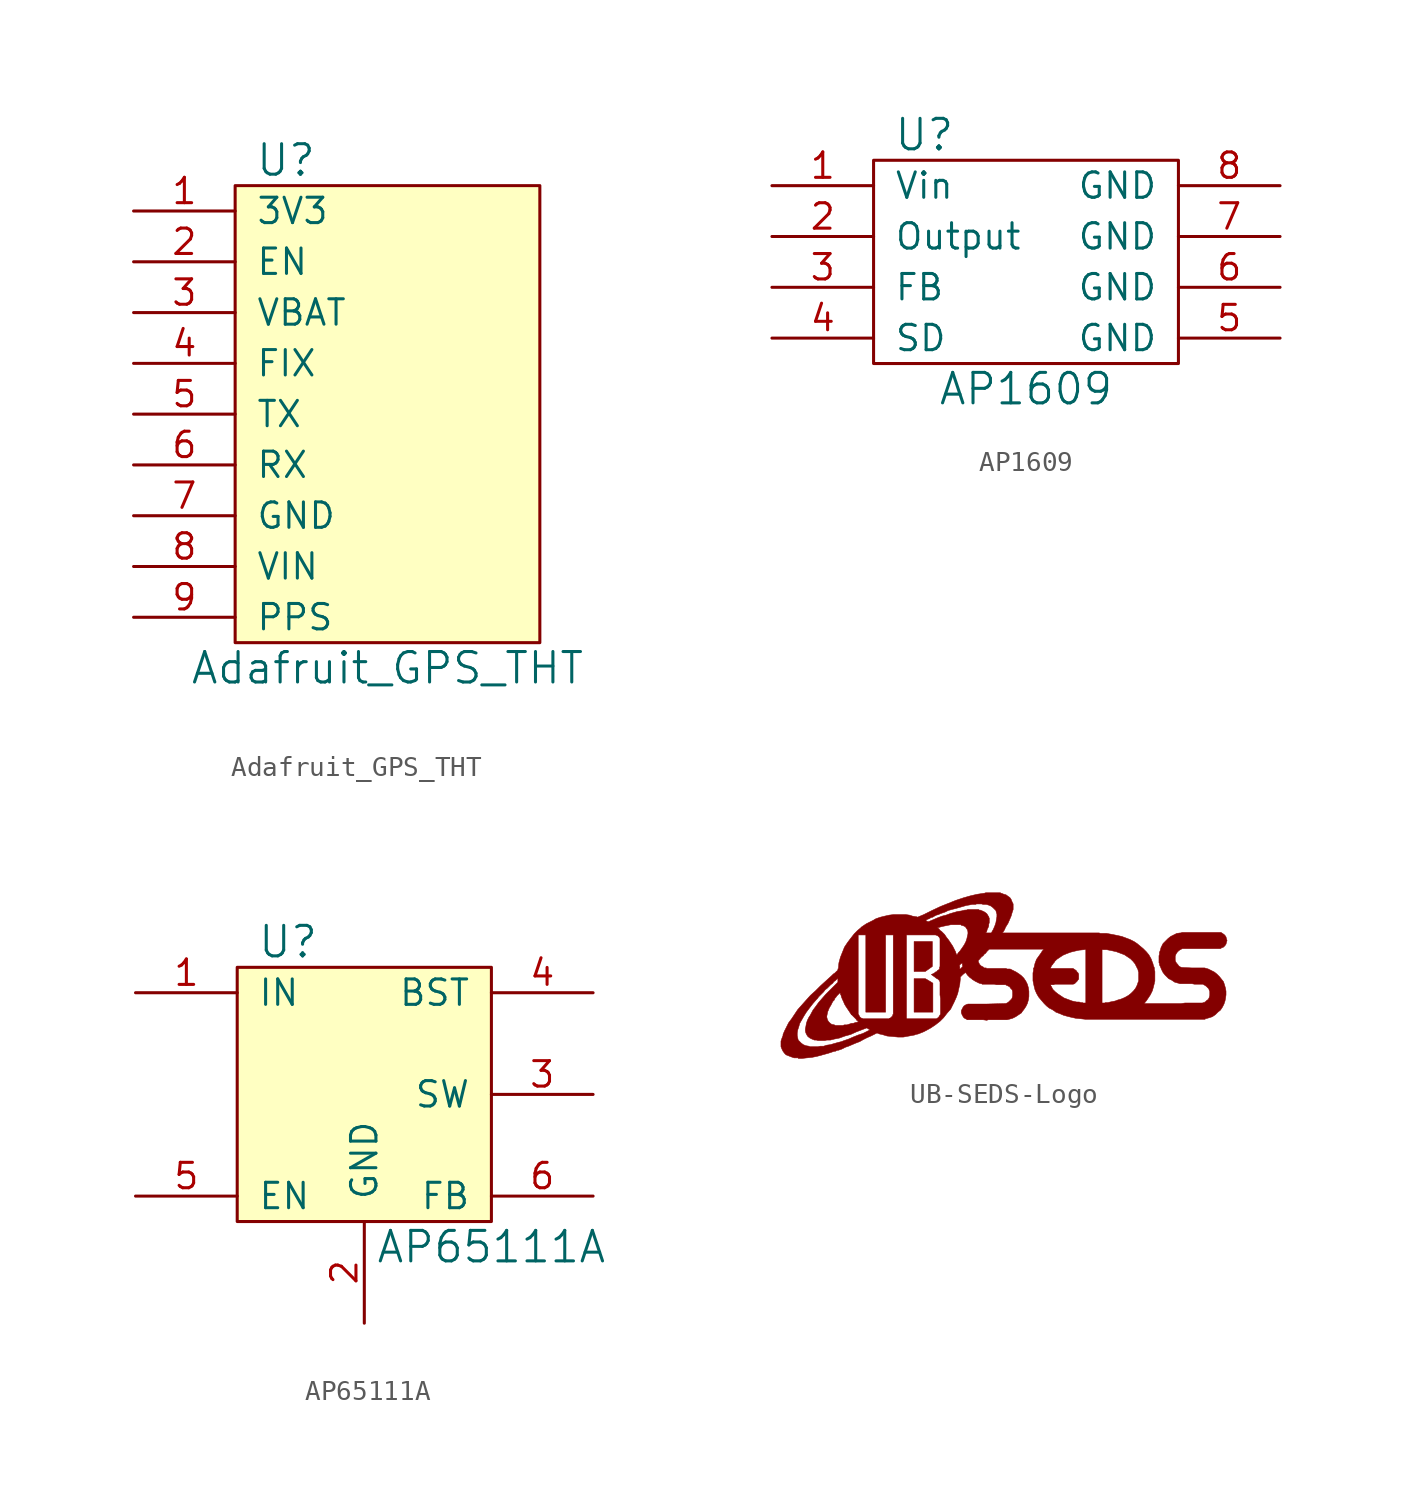
<source format=kicad_sym>
(kicad_symbol_lib
  (version 20211014)
  (generator kicad_symbol_editor)
  (symbol "Adafruit_GPS_THT"
    (pin_names
      (offset 1.016))
    (property "Reference" "U"
      (at -5.08 12.7 0)
      (effects (font (size 1.524 1.524))))
    (property "Value" "Adafruit_GPS_THT"
      (at 0 -12.7 0)
      (effects (font (size 1.524 1.524))))
    (symbol "Adafruit_GPS_THT_0_1"
      (rectangle (start -7.62 11.43) (end 7.62 -11.43) (stroke (width 0) (type default) (color 0 0 0 0)) (fill (type background))))
    (symbol "Adafruit_GPS_THT_1_1"
      (pin power_out line (at -12.7 10.16 0) (length 5.08) (name "3V3" (effects (font (size 1.27 1.27)))) (number "1" (effects (font (size 1.27 1.27)))))
      (pin input line (at -12.7 7.62 0) (length 5.08) (name "EN" (effects (font (size 1.27 1.27)))) (number "2" (effects (font (size 1.27 1.27)))))
      (pin power_in line (at -12.7 5.08 0) (length 5.08) (name "VBAT" (effects (font (size 1.27 1.27)))) (number "3" (effects (font (size 1.27 1.27)))))
      (pin output line (at -12.7 2.54 0) (length 5.08) (name "FIX" (effects (font (size 1.27 1.27)))) (number "4" (effects (font (size 1.27 1.27)))))
      (pin output line (at -12.7 0 0) (length 5.08) (name "TX" (effects (font (size 1.27 1.27)))) (number "5" (effects (font (size 1.27 1.27)))))
      (pin input line (at -12.7 -2.54 0) (length 5.08) (name "RX" (effects (font (size 1.27 1.27)))) (number "6" (effects (font (size 1.27 1.27)))))
      (pin passive line (at -12.7 -5.08 0) (length 5.08) (name "GND" (effects (font (size 1.27 1.27)))) (number "7" (effects (font (size 1.27 1.27)))))
      (pin power_in line (at -12.7 -7.62 0) (length 5.08) (name "VIN" (effects (font (size 1.27 1.27)))) (number "8" (effects (font (size 1.27 1.27)))))
      (pin output line (at -12.7 -10.16 0) (length 5.08) (name "PPS" (effects (font (size 1.27 1.27)))) (number "9" (effects (font (size 1.27 1.27)))))))
  (symbol "AP1609"
    (pin_names
      (offset 1.016))
    (property "Reference" "U"
      (at -5.08 6.35 0)
      (effects (font (size 1.524 1.524))))
    (property "Value" "AP1609"
      (at 0 -6.35 0)
      (effects (font (size 1.524 1.524))))
    (symbol "AP1609_0_1"
      (rectangle (start -7.62 5.08) (end 7.62 -5.08) (stroke (width 0) (type default) (color 0 0 0 0)) (fill (type none))))
    (symbol "AP1609_1_1"
      (pin power_in line (at -12.7 3.81 0) (length 5.08) (name "Vin" (effects (font (size 1.27 1.27)))) (number "1" (effects (font (size 1.27 1.27)))))
      (pin power_out line (at -12.7 1.27 0) (length 5.08) (name "Output" (effects (font (size 1.27 1.27)))) (number "2" (effects (font (size 1.27 1.27)))))
      (pin passive line (at -12.7 -1.27 0) (length 5.08) (name "FB" (effects (font (size 1.27 1.27)))) (number "3" (effects (font (size 1.27 1.27)))))
      (pin passive line (at -12.7 -3.81 0) (length 5.08) (name "SD" (effects (font (size 1.27 1.27)))) (number "4" (effects (font (size 1.27 1.27)))))
      (pin passive line (at 12.7 -3.81 180) (length 5.08) (name "GND" (effects (font (size 1.27 1.27)))) (number "5" (effects (font (size 1.27 1.27)))))
      (pin passive line (at 12.7 -1.27 180) (length 5.08) (name "GND" (effects (font (size 1.27 1.27)))) (number "6" (effects (font (size 1.27 1.27)))))
      (pin passive line (at 12.7 1.27 180) (length 5.08) (name "GND" (effects (font (size 1.27 1.27)))) (number "7" (effects (font (size 1.27 1.27)))))
      (pin passive line (at 12.7 3.81 180) (length 5.08) (name "GND" (effects (font (size 1.27 1.27)))) (number "8" (effects (font (size 1.27 1.27)))))))
  (symbol "AP65111A"
    (pin_names
      (offset 1.016))
    (property "Reference" "U"
      (at -3.81 7.62 0)
      (effects (font (size 1.524 1.524))))
    (property "Value" "AP65111A"
      (at 6.35 -7.62 0)
      (effects (font (size 1.524 1.524))))
    (symbol "AP65111A_0_1"
      (rectangle (start -6.35 6.35) (end 6.35 -6.35) (stroke (width 0) (type default) (color 0 0 0 0)) (fill (type background))))
    (symbol "AP65111A_1_1"
      (pin power_in line (at -11.43 5.08 0) (length 5.08) (name "IN" (effects (font (size 1.27 1.27)))) (number "1" (effects (font (size 1.27 1.27)))))
      (pin passive line (at 0 -11.43 90) (length 5.08) (name "GND" (effects (font (size 1.27 1.27)))) (number "2" (effects (font (size 1.27 1.27)))))
      (pin power_out line (at 11.43 0 180) (length 5.08) (name "SW" (effects (font (size 1.27 1.27)))) (number "3" (effects (font (size 1.27 1.27)))))
      (pin input line (at 11.43 5.08 180) (length 5.08) (name "BST" (effects (font (size 1.27 1.27)))) (number "4" (effects (font (size 1.27 1.27)))))
      (pin input line (at -11.43 -5.08 0) (length 5.08) (name "EN" (effects (font (size 1.27 1.27)))) (number "5" (effects (font (size 1.27 1.27)))))
      (pin input line (at 11.43 -5.08 180) (length 5.08) (name "FB" (effects (font (size 1.27 1.27)))) (number "6" (effects (font (size 1.27 1.27)))))))
  (symbol "UB-SEDS-Logo"
    (pin_names
      (offset 1.016))
    (property "Reference" "#G"
      (at 0 -3.48 0)
      (effects (font (size 1.524 1.524)) hide))
    (symbol "UB-SEDS-Logo_0_0"
      (polyline (pts (xy -3.607 0.432) (xy -3.607 1.676) (xy -4.521 1.676) (xy -4.521 0.178) (xy -3.962 0.178) (xy -3.607 0.432)) (stroke (width 0.025) (type default) (color 0 0 0 0)) (fill (type outline)))
      (polyline (pts (xy -3.581 -0.406) (xy -3.785 -0.279) (xy -3.962 -0.178) (xy -4.521 -0.178) (xy -4.521 -1.854) (xy -3.581 -1.854) (xy -3.581 -0.406)) (stroke (width 0.025) (type default) (color 0 0 0 0)) (fill (type outline)))
      (polyline (pts (xy -9.881 -4.14) (xy -9.627 -4.115) (xy -9.373 -4.064) (xy -8.814 -3.912) (xy -8.509 -3.81) (xy -8.458 -3.81) (xy -8.357 -3.759) (xy -8.306 -3.759) (xy -8.153 -3.708) (xy -7.95 -3.607) (xy -7.798 -3.556) (xy -7.442 -3.404) (xy -7.239 -3.327) (xy -7.061 -3.226) (xy -6.858 -3.124) (xy -6.68 -3.048) (xy -6.375 -2.896) (xy -6.248 -2.946) (xy -6.121 -2.972) (xy -5.867 -3.048) (xy -5.588 -3.073) (xy -5.334 -3.099) (xy -5.055 -3.099) (xy -4.496 -2.997) (xy -4.445 -2.972) (xy -4.318 -2.946) (xy -4.064 -2.845) (xy -3.912 -2.769) (xy -3.683 -2.642) (xy -3.454 -2.489) (xy -3.226 -2.311) (xy -3.048 -2.134) (xy -2.87 -1.905) (xy -2.692 -1.702) (xy -2.515 -1.346) (xy -2.413 -1.118) (xy -2.337 -0.914) (xy -2.235 -0.457) (xy -2.21 -0.203) (xy -2.21 -0.102) (xy -2.083 0.025) (xy -1.956 0.127) (xy -1.905 0.076) (xy -1.854 0) (xy -1.727 -0.127) (xy -1.651 -0.178) (xy -1.6 -0.229) (xy -1.549 -0.254) (xy -1.473 -0.305) (xy -1.27 -0.406) (xy -1.168 -0.432) (xy -1.143 -0.432) (xy -1.118 -0.457) (xy -0.508 -0.457) (xy -0.406 -0.483) (xy 0.076 -0.483) (xy 0.076 -0.508) (xy 0.102 -0.508) (xy 0.254 -0.584) (xy 0.305 -0.66) (xy 0.381 -0.737) (xy 0.406 -0.838) (xy 0.406 -1.041) (xy 0.381 -1.143) (xy 0.356 -1.194) (xy 0.203 -1.346) (xy 0.127 -1.397) (xy 0.051 -1.422) (xy -0.889 -1.448) (xy -1.829 -1.448) (xy -1.905 -1.473) (xy -1.956 -1.499) (xy -2.032 -1.549) (xy -2.083 -1.626) (xy -2.159 -1.778) (xy -2.159 -1.88) (xy -2.134 -1.956) (xy -2.083 -2.057) (xy -2.032 -2.134) (xy -1.956 -2.184) (xy -1.88 -2.21) (xy -1.88 -2.235) (xy -1.067 -2.235) (xy -0.889 -2.261) (xy -0.813 -2.235) (xy 0.127 -2.235) (xy 0.229 -2.21) (xy 0.406 -2.159) (xy 0.559 -2.083) (xy 0.864 -1.88) (xy 0.864 -1.854) (xy 0.965 -1.727) (xy 1.067 -1.575) (xy 1.143 -1.422) (xy 1.194 -1.245) (xy 1.219 -1.067) (xy 1.219 -0.813) (xy 1.194 -0.635) (xy 1.143 -0.457) (xy 1.067 -0.305) (xy 0.965 -0.152) (xy 0.838 -0.025) (xy 0.737 0.051) (xy 0.584 0.152) (xy 0.279 0.305) (xy 0.127 0.305) (xy 0.076 0.33) (xy -0.889 0.33) (xy -0.914 0.356) (xy -1.016 0.356) (xy -1.067 0.406) (xy -1.168 0.457) (xy -1.245 0.533) (xy -1.295 0.635) (xy -1.321 0.711) (xy -1.143 0.914) (xy -1.067 0.965) (xy -1.016 1.041) (xy -0.94 1.092) (xy -0.889 1.168) (xy -0.762 1.295) (xy 1.981 1.295) (xy 1.88 1.194) (xy 1.854 1.143) (xy 1.6 0.787) (xy 1.524 0.584) (xy 1.473 0.356) (xy 1.448 0.356) (xy 1.448 0.229) (xy 1.422 0.102) (xy 1.422 -0.279) (xy 1.473 -0.533) (xy 2.311 -0.533) (xy 2.311 -0.483) (xy 2.464 -0.483) (xy 2.515 -0.457) (xy 3.429 -0.457) (xy 3.505 -0.432) (xy 3.632 -0.305) (xy 3.683 -0.229) (xy 3.708 -0.203) (xy 3.708 0.025) (xy 3.683 0.102) (xy 3.632 0.152) (xy 3.581 0.229) (xy 3.429 0.33) (xy 2.311 0.33) (xy 2.311 0.381) (xy 2.362 0.483) (xy 2.413 0.533) (xy 2.438 0.584) (xy 2.489 0.635) (xy 2.515 0.686) (xy 2.616 0.787) (xy 2.921 0.991) (xy 3.099 1.067) (xy 3.302 1.143) (xy 3.505 1.194) (xy 3.734 1.245) (xy 3.988 1.27) (xy 4.064 1.295) (xy 4.064 -1.397) (xy 4.877 -1.397) (xy 4.877 1.27) (xy 5.105 1.27) (xy 5.359 1.219) (xy 5.588 1.168) (xy 5.994 1.016) (xy 6.299 0.813) (xy 6.426 0.686) (xy 6.528 0.559) (xy 6.68 0.254) (xy 6.68 0.203) (xy 6.706 0.152) (xy 6.706 -0.305) (xy 6.68 -0.356) (xy 6.629 -0.508) (xy 6.553 -0.66) (xy 6.452 -0.787) (xy 6.325 -0.914) (xy 6.198 -1.016) (xy 6.02 -1.118) (xy 5.842 -1.194) (xy 5.766 -1.219) (xy 5.664 -1.245) (xy 5.537 -1.295) (xy 5.283 -1.346) (xy 5.182 -1.372) (xy 5.055 -1.372) (xy 5.004 -1.397) (xy 4.877 -1.397) (xy 4.064 -1.397) (xy 3.937 -1.397) (xy 3.886 -1.372) (xy 3.81 -1.372) (xy 3.734 -1.346) (xy 3.607 -1.346) (xy 3.378 -1.295) (xy 2.972 -1.143) (xy 2.667 -0.94) (xy 2.54 -0.838) (xy 2.413 -0.711) (xy 2.337 -0.559) (xy 2.311 -0.533) (xy 1.473 -0.533) (xy 1.524 -0.737) (xy 1.6 -0.914) (xy 1.702 -1.092) (xy 1.829 -1.245) (xy 1.981 -1.422) (xy 2.108 -1.549) (xy 2.235 -1.651) (xy 2.388 -1.727) (xy 2.54 -1.829) (xy 2.565 -1.854) (xy 2.769 -1.93) (xy 2.946 -2.007) (xy 3.124 -2.057) (xy 3.327 -2.108) (xy 3.556 -2.159) (xy 3.81 -2.184) (xy 4.039 -2.21) (xy 10.033 -2.21) (xy 10.033 -2.184) (xy 10.058 -2.184) (xy 10.236 -2.134) (xy 10.389 -2.083) (xy 10.541 -1.981) (xy 10.668 -1.854) (xy 10.795 -1.753) (xy 10.897 -1.6) (xy 10.973 -1.448) (xy 11.024 -1.295) (xy 11.049 -1.168) (xy 11.074 -0.991) (xy 11.074 -0.813) (xy 11.049 -0.66) (xy 10.998 -0.483) (xy 10.947 -0.33) (xy 10.744 -0.076) (xy 10.617 0.051) (xy 10.49 0.152) (xy 10.185 0.305) (xy 10.008 0.356) (xy 9.398 0.356) (xy 8.865 0.381) (xy 8.788 0.406) (xy 8.712 0.457) (xy 8.661 0.533) (xy 8.611 0.584) (xy 8.56 0.66) (xy 8.534 0.737) (xy 8.534 0.94) (xy 8.56 1.016) (xy 8.585 1.067) (xy 8.636 1.143) (xy 8.712 1.219) (xy 8.788 1.27) (xy 8.89 1.321) (xy 10.795 1.321) (xy 10.871 1.372) (xy 10.897 1.372) (xy 10.947 1.397) (xy 11.024 1.473) (xy 11.074 1.549) (xy 11.1 1.651) (xy 11.125 1.727) (xy 11.1 1.803) (xy 11.074 1.905) (xy 11.024 1.981) (xy 10.973 2.032) (xy 10.82 2.134) (xy 8.865 2.134) (xy 8.839 2.108) (xy 8.788 2.108) (xy 8.611 2.083) (xy 8.306 1.93) (xy 8.179 1.829) (xy 7.925 1.575) (xy 7.823 1.372) (xy 7.798 1.27) (xy 7.772 1.194) (xy 7.747 1.143) (xy 7.747 1.041) (xy 7.722 0.965) (xy 7.722 0.61) (xy 7.747 0.584) (xy 7.747 0.508) (xy 7.798 0.406) (xy 7.849 0.279) (xy 7.925 0.127) (xy 8.026 0) (xy 8.204 -0.178) (xy 8.357 -0.254) (xy 8.509 -0.356) (xy 8.687 -0.406) (xy 8.712 -0.406) (xy 8.763 -0.432) (xy 9.373 -0.432) (xy 9.5 -0.457) (xy 9.931 -0.457) (xy 9.957 -0.483) (xy 10.008 -0.508) (xy 10.084 -0.559) (xy 10.211 -0.686) (xy 10.236 -0.762) (xy 10.262 -0.813) (xy 10.262 -1.016) (xy 10.236 -1.118) (xy 10.185 -1.219) (xy 10.109 -1.27) (xy 10.033 -1.346) (xy 10.008 -1.346) (xy 10.008 -1.372) (xy 9.931 -1.372) (xy 9.906 -1.397) (xy 9.017 -1.397) (xy 8.839 -1.422) (xy 6.985 -1.422) (xy 7.061 -1.321) (xy 7.087 -1.295) (xy 7.29 -0.991) (xy 7.391 -0.787) (xy 7.442 -0.61) (xy 7.493 -0.406) (xy 7.493 -0.381) (xy 7.518 -0.305) (xy 7.518 0.178) (xy 7.493 0.279) (xy 7.493 0.356) (xy 7.442 0.483) (xy 7.417 0.584) (xy 7.366 0.711) (xy 7.341 0.787) (xy 7.315 0.838) (xy 7.214 1.016) (xy 7.087 1.168) (xy 6.934 1.321) (xy 6.629 1.575) (xy 6.477 1.676) (xy 6.274 1.778) (xy 5.867 1.93) (xy 5.639 1.981) (xy 5.385 2.032) (xy 5.105 2.083) (xy 4.801 2.083) (xy 4.724 2.108) (xy -0.102 2.108) (xy 0 2.261) (xy 0.051 2.388) (xy 0.178 2.591) (xy 0.33 2.946) (xy 0.381 3.124) (xy 0.432 3.277) (xy 0.432 3.556) (xy 0.381 3.658) (xy 0.33 3.785) (xy 0.279 3.861) (xy 0.254 3.886) (xy 0.178 3.937) (xy 0.076 4.013) (xy -0.025 4.039) (xy -0.152 4.089) (xy -0.178 4.089) (xy -0.203 4.115) (xy -0.94 4.115) (xy -1.016 4.089) (xy -1.041 4.089) (xy -1.372 4.039) (xy -1.702 3.962) (xy -2.057 3.861) (xy -2.438 3.734) (xy -3.2 3.429) (xy -3.632 3.226) (xy -4.039 3.023) (xy -4.343 2.896) (xy -4.42 2.921) (xy -4.445 2.921) (xy -4.597 2.946) (xy -4.75 2.997) (xy -4.928 3.023) (xy -5.563 3.023) (xy -5.766 2.997) (xy -5.994 2.946) (xy -6.198 2.896) (xy -6.426 2.819) (xy -6.553 2.743) (xy -3.937 2.743) (xy -3.835 2.794) (xy -3.759 2.819) (xy -3.683 2.87) (xy -3.581 2.896) (xy -3.505 2.946) (xy -3.404 2.997) (xy -3.302 3.023) (xy -3.2 3.073) (xy -2.972 3.15) (xy -2.819 3.226) (xy -2.642 3.277) (xy -2.438 3.327) (xy -1.905 3.48) (xy -1.753 3.505) (xy -1.626 3.531) (xy -1.448 3.531) (xy -1.397 3.556) (xy -1.143 3.556) (xy -1.067 3.531) (xy -0.914 3.531) (xy -0.813 3.505) (xy -0.686 3.454) (xy -0.584 3.378) (xy -0.432 3.226) (xy -0.406 3.124) (xy -0.381 3.048) (xy -0.381 2.921) (xy -0.432 2.616) (xy -0.483 2.464) (xy -0.559 2.286) (xy -0.66 2.108) (xy -0.94 2.108) (xy -0.889 2.184) (xy -0.864 2.286) (xy -0.813 2.388) (xy -0.787 2.464) (xy -0.787 2.54) (xy -0.762 2.616) (xy -0.762 2.845) (xy -0.787 2.896) (xy -0.787 2.921) (xy -0.813 2.946) (xy -0.838 2.997) (xy -0.889 3.073) (xy -0.991 3.15) (xy -1.092 3.2) (xy -1.219 3.251) (xy -1.27 3.251) (xy -1.295 3.277) (xy -1.829 3.277) (xy -1.905 3.251) (xy -1.981 3.251) (xy -2.184 3.2) (xy -2.21 3.2) (xy -2.362 3.175) (xy -2.718 3.073) (xy -2.921 2.997) (xy -3.124 2.946) (xy -3.327 2.87) (xy -3.683 2.718) (xy -3.81 2.667) (xy -3.886 2.692) (xy -3.937 2.743) (xy -6.553 2.743) (xy -6.655 2.692) (xy -6.909 2.565) (xy -7.137 2.413) (xy -7.188 2.362) (xy -3.353 2.362) (xy -3.175 2.413) (xy -3.073 2.438) (xy -2.692 2.515) (xy -2.184 2.515) (xy -2.159 2.489) (xy -2.057 2.464) (xy -1.956 2.413) (xy -1.854 2.261) (xy -1.829 2.159) (xy -1.829 2.057) (xy -1.854 1.956) (xy -1.88 1.829) (xy -1.93 1.676) (xy -2.007 1.524) (xy -2.108 1.372) (xy -2.235 1.194) (xy -2.311 1.118) (xy -2.337 1.067) (xy -2.362 1.041) (xy -2.362 1.016) (xy -2.388 1.016) (xy -2.413 1.041) (xy -2.413 1.067) (xy -2.438 1.118) (xy -2.438 1.143) (xy -2.591 1.448) (xy -2.794 1.753) (xy -2.896 1.88) (xy -2.997 2.032) (xy -3.15 2.184) (xy -3.226 2.235) (xy -3.277 2.311) (xy -3.353 2.362) (xy -7.188 2.362) (xy -7.341 2.235) (xy -7.518 2.057) (xy -7.696 1.829) (xy -7.849 1.626) (xy -8.001 1.397) (xy -8.204 0.889) (xy -8.28 0.61) (xy -8.306 0.33) (xy -8.331 0.305) (xy -8.331 0.254) (xy -8.357 0.229) (xy -8.357 0.203) (xy -8.382 0.203) (xy -8.484 0.102) (xy -8.56 0.051) (xy -8.636 -0.025) (xy -9.195 -0.533) (xy -9.449 -0.787) (xy -9.703 -1.016) (xy -9.931 -1.27) (xy -10.338 -1.727) (xy -10.643 -2.184) (xy -10.795 -2.388) (xy -10.998 -2.794) (xy -11.074 -2.972) (xy -11.074 -3.023) (xy -10.363 -3.023) (xy -10.363 -2.896) (xy -10.338 -2.743) (xy -10.287 -2.591) (xy -10.236 -2.413) (xy -10.033 -2.057) (xy -9.906 -1.854) (xy -9.754 -1.651) (xy -9.576 -1.422) (xy -9.398 -1.219) (xy -9.347 -1.168) (xy -9.296 -1.092) (xy -9.042 -0.838) (xy -8.966 -0.737) (xy -8.865 -0.66) (xy -8.687 -0.483) (xy -8.585 -0.406) (xy -8.534 -0.33) (xy -8.458 -0.279) (xy -8.331 -0.152) (xy -8.331 -0.356) (xy -8.941 -0.965) (xy -9.296 -1.372) (xy -9.423 -1.549) (xy -9.576 -1.753) (xy -9.754 -2.083) (xy -8.89 -2.083) (xy -8.839 -1.829) (xy -8.814 -1.778) (xy -8.788 -1.702) (xy -8.738 -1.6) (xy -8.687 -1.524) (xy -8.585 -1.321) (xy -8.509 -1.245) (xy -8.484 -1.168) (xy -8.433 -1.118) (xy -8.382 -1.041) (xy -8.23 -0.889) (xy -8.204 -0.914) (xy -8.204 -0.965) (xy -8.179 -0.991) (xy -8.153 -1.092) (xy -8.103 -1.219) (xy -8.052 -1.321) (xy -8.001 -1.448) (xy -7.925 -1.575) (xy -7.772 -1.803) (xy -7.671 -1.956) (xy -7.315 -1.956) (xy -7.315 2.007) (xy -6.934 2.007) (xy -6.934 -1.854) (xy -5.944 -1.854) (xy -5.944 2.007) (xy -5.563 2.007) (xy -5.563 -1.956) (xy -5.588 -1.981) (xy -5.588 -2.032) (xy -5.69 -2.134) (xy -5.74 -2.159) (xy -5.766 -2.184) (xy -4.902 -2.184) (xy -4.902 2.007) (xy -3.454 2.007) (xy -3.378 1.981) (xy -3.327 1.956) (xy -3.277 1.905) (xy -3.226 1.829) (xy -3.226 0.483) (xy -2.261 0.483) (xy -2.159 0.584) (xy -2.108 0.584) (xy -2.108 0.508) (xy -2.083 0.432) (xy -2.21 0.305) (xy -2.235 0.305) (xy -2.235 0.406) (xy -2.261 0.483) (xy -3.226 0.483) (xy -3.226 0.432) (xy -3.251 0.381) (xy -3.251 0.305) (xy -3.302 0.254) (xy -3.353 0.229) (xy -3.378 0.178) (xy -3.454 0.152) (xy -3.505 0.102) (xy -3.658 0.025) (xy -3.48 -0.102) (xy -3.454 -0.127) (xy -3.378 -0.178) (xy -3.327 -0.203) (xy -3.251 -0.279) (xy -3.251 -0.305) (xy -3.226 -0.33) (xy -3.226 -0.991) (xy -3.2 -1.168) (xy -3.2 -1.956) (xy -3.251 -2.032) (xy -3.277 -2.083) (xy -3.327 -2.134) (xy -3.404 -2.184) (xy -4.902 -2.184) (xy -5.766 -2.184) (xy -7.087 -2.184) (xy -7.112 -2.159) (xy -7.137 -2.159) (xy -7.188 -2.134) (xy -7.239 -2.083) (xy -7.29 -1.981) (xy -7.315 -1.956) (xy -7.671 -1.956) (xy -7.62 -2.007) (xy -7.417 -2.21) (xy -7.391 -2.261) (xy -7.341 -2.286) (xy -7.315 -2.311) (xy -7.315 -2.337) (xy -7.341 -2.337) (xy -7.366 -2.362) (xy -7.417 -2.362) (xy -7.569 -2.413) (xy -7.645 -2.413) (xy -7.874 -2.489) (xy -8.001 -2.489) (xy -8.077 -2.515) (xy -8.458 -2.515) (xy -8.509 -2.489) (xy -8.636 -2.464) (xy -8.712 -2.413) (xy -8.788 -2.337) (xy -8.839 -2.261) (xy -8.865 -2.184) (xy -8.89 -2.083) (xy -9.754 -2.083) (xy -9.779 -2.108) (xy -9.855 -2.261) (xy -9.906 -2.413) (xy -9.931 -2.565) (xy -9.957 -2.692) (xy -9.957 -2.794) (xy -9.931 -2.896) (xy -9.881 -2.997) (xy -9.83 -3.073) (xy -9.728 -3.15) (xy -9.627 -3.2) (xy -9.5 -3.251) (xy -9.398 -3.251) (xy -9.322 -3.277) (xy -8.992 -3.277) (xy -8.89 -3.251) (xy -8.712 -3.251) (xy -8.509 -3.2) (xy -8.255 -3.15) (xy -7.976 -3.048) (xy -7.696 -2.972) (xy -7.417 -2.845) (xy -7.087 -2.718) (xy -6.883 -2.642) (xy -6.731 -2.743) (xy -7.087 -2.921) (xy -7.315 -2.997) (xy -7.569 -3.099) (xy -7.798 -3.2) (xy -8.026 -3.277) (xy -8.153 -3.327) (xy -8.357 -3.378) (xy -8.712 -3.48) (xy -8.89 -3.505) (xy -9.042 -3.556) (xy -9.22 -3.556) (xy -9.322 -3.581) (xy -9.728 -3.581) (xy -9.779 -3.556) (xy -9.931 -3.531) (xy -10.058 -3.48) (xy -10.16 -3.404) (xy -10.312 -3.251) (xy -10.338 -3.15) (xy -10.363 -3.023) (xy -11.074 -3.023) (xy -11.125 -3.15) (xy -11.176 -3.302) (xy -11.176 -3.581) (xy -11.125 -3.708) (xy -11.074 -3.81) (xy -10.998 -3.912) (xy -10.922 -3.988) (xy -10.668 -4.089) (xy -10.516 -4.14) (xy -10.312 -4.14) (xy -10.312 -4.166) (xy -10.109 -4.166) (xy -9.881 -4.14)) (stroke (width 0.025) (type default) (color 0 0 0 0)) (fill (type outline))))))
</source>
